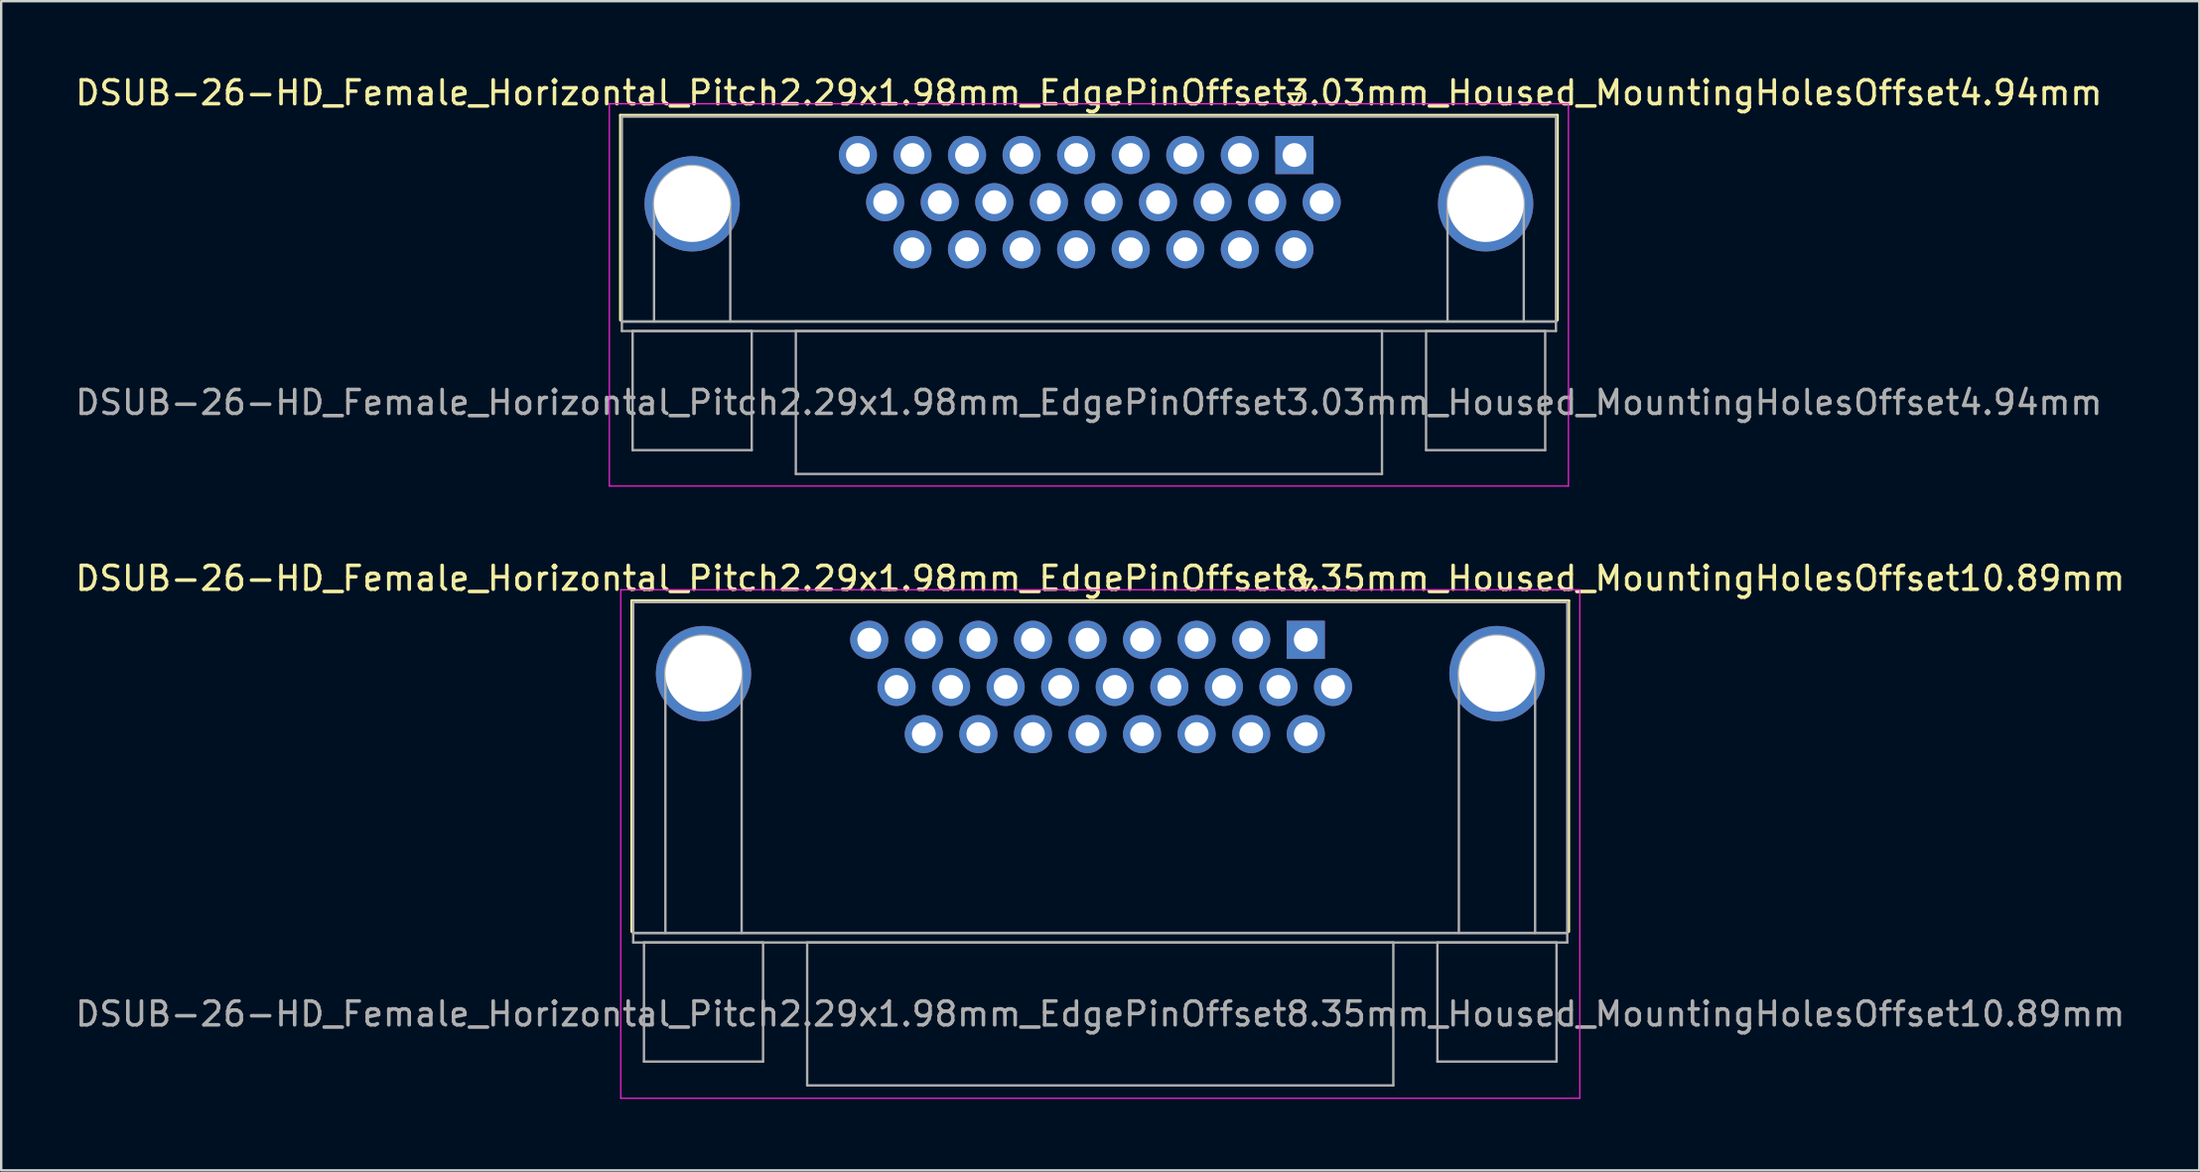
<source format=kicad_pcb>
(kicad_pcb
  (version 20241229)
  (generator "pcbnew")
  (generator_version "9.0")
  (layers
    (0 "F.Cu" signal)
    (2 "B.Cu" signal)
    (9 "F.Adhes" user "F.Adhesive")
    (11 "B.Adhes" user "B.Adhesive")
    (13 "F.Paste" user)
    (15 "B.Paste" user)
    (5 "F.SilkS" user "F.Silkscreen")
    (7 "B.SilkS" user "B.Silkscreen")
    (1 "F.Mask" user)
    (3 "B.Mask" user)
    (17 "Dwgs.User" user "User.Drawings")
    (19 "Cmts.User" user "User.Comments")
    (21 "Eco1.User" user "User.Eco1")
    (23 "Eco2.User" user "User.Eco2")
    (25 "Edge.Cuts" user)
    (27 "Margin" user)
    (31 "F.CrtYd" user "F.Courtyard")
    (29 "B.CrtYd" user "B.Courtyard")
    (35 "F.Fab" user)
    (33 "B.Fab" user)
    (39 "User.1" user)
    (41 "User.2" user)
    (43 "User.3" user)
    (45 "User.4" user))
  (footprint "DSUB-26-HD_Female_Horizontal_Pitch2.29x1.98mm_EdgePinOffset8.35mm_Housed_MountingHolesOffset10.89mm"
    (layer "F.Cu")
    (at 51.75 23.811)
    (property "Reference" "DSUB-26-HD_Female_Horizontal_Pitch2.29x1.98mm_EdgePinOffset8.35mm_Housed_MountingHolesOffset10.89mm" (at -8.625 -2.58 0) (layer "F.SilkS") (effects (font (size 1 1) (thickness 0.15))))
    (attr through_hole)
    (fp_line (start -28.285 -1.64) (end 11.035 -1.64) (stroke (width 0.12) (type solid)) (layer "F.SilkS"))
    (fp_line (start -28.285 12.25) (end -28.285 -1.64) (stroke (width 0.12) (type solid)) (layer "F.SilkS"))
    (fp_line (start -0.25 -2.534) (end 0.25 -2.534) (stroke (width 0.12) (type solid)) (layer "F.SilkS"))
    (fp_line (start 0 -2.101) (end -0.25 -2.534) (stroke (width 0.12) (type solid)) (layer "F.SilkS"))
    (fp_line (start 0.25 -2.534) (end 0 -2.101) (stroke (width 0.12) (type solid)) (layer "F.SilkS"))
    (fp_line (start 11.035 -1.64) (end 11.035 12.25) (stroke (width 0.12) (type solid)) (layer "F.SilkS"))
    (fp_line (start -28.75 -2.1) (end -28.75 19.25) (stroke (width 0.05) (type solid)) (layer "F.CrtYd"))
    (fp_line (start -28.75 19.25) (end 11.5 19.25) (stroke (width 0.05) (type solid)) (layer "F.CrtYd"))
    (fp_line (start 11.5 -2.1) (end -28.75 -2.1) (stroke (width 0.05) (type solid)) (layer "F.CrtYd"))
    (fp_line (start 11.5 19.25) (end 11.5 -2.1) (stroke (width 0.05) (type solid)) (layer "F.CrtYd"))
    (fp_line (start -28.225 -1.58) (end -28.225 12.31) (stroke (width 0.1) (type solid)) (layer "F.Fab"))
    (fp_line (start -28.225 12.31) (end -28.225 12.71) (stroke (width 0.1) (type solid)) (layer "F.Fab"))
    (fp_line (start -28.225 12.31) (end 10.975 12.31) (stroke (width 0.1) (type solid)) (layer "F.Fab"))
    (fp_line (start -28.225 12.71) (end 10.975 12.71) (stroke (width 0.1) (type solid)) (layer "F.Fab"))
    (fp_line (start -27.775 12.71) (end -27.775 17.71) (stroke (width 0.1) (type solid)) (layer "F.Fab"))
    (fp_line (start -27.775 17.71) (end -22.775 17.71) (stroke (width 0.1) (type solid)) (layer "F.Fab"))
    (fp_line (start -26.875 12.31) (end -26.875 1.42) (stroke (width 0.1) (type solid)) (layer "F.Fab"))
    (fp_line (start -23.675 12.31) (end -23.675 1.42) (stroke (width 0.1) (type solid)) (layer "F.Fab"))
    (fp_line (start -22.775 12.71) (end -27.775 12.71) (stroke (width 0.1) (type solid)) (layer "F.Fab"))
    (fp_line (start -22.775 17.71) (end -22.775 12.71) (stroke (width 0.1) (type solid)) (layer "F.Fab"))
    (fp_line (start -20.925 12.71) (end -20.925 18.71) (stroke (width 0.1) (type solid)) (layer "F.Fab"))
    (fp_line (start -20.925 18.71) (end 3.675 18.71) (stroke (width 0.1) (type solid)) (layer "F.Fab"))
    (fp_line (start 3.675 12.71) (end -20.925 12.71) (stroke (width 0.1) (type solid)) (layer "F.Fab"))
    (fp_line (start 3.675 18.71) (end 3.675 12.71) (stroke (width 0.1) (type solid)) (layer "F.Fab"))
    (fp_line (start 5.525 12.71) (end 5.525 17.71) (stroke (width 0.1) (type solid)) (layer "F.Fab"))
    (fp_line (start 5.525 17.71) (end 10.525 17.71) (stroke (width 0.1) (type solid)) (layer "F.Fab"))
    (fp_line (start 6.425 12.31) (end 6.425 1.42) (stroke (width 0.1) (type solid)) (layer "F.Fab"))
    (fp_line (start 9.625 12.31) (end 9.625 1.42) (stroke (width 0.1) (type solid)) (layer "F.Fab"))
    (fp_line (start 10.525 12.71) (end 5.525 12.71) (stroke (width 0.1) (type solid)) (layer "F.Fab"))
    (fp_line (start 10.525 17.71) (end 10.525 12.71) (stroke (width 0.1) (type solid)) (layer "F.Fab"))
    (fp_line (start 10.975 -1.58) (end -28.225 -1.58) (stroke (width 0.1) (type solid)) (layer "F.Fab"))
    (fp_line (start 10.975 12.31) (end -28.225 12.31) (stroke (width 0.1) (type solid)) (layer "F.Fab"))
    (fp_line (start 10.975 12.31) (end 10.975 -1.58) (stroke (width 0.1) (type solid)) (layer "F.Fab"))
    (fp_line (start 10.975 12.71) (end 10.975 12.31) (stroke (width 0.1) (type solid)) (layer "F.Fab"))
    (fp_arc (start -26.875 1.42) (mid -25.275 -0.18) (end -23.675 1.42) (stroke (width 0.1) (type solid)) (layer "F.Fab"))
    (fp_arc (start 6.425 1.42) (mid 8.025 -0.18) (end 9.625 1.42) (stroke (width 0.1) (type solid)) (layer "F.Fab"))
    (fp_text user "${REFERENCE}" (at -8.625 15.71 0) (layer "F.Fab") (effects (font (size 1 1) (thickness 0.15))))
    (pad "0" thru_hole circle (at -25.275 1.42) (size 4 4) (drill 3.2) (layers "*.Cu" "*.Mask"))
    (pad "0" thru_hole circle (at 8.025 1.42) (size 4 4) (drill 3.2) (layers "*.Cu" "*.Mask"))
    (pad "1" thru_hole rect (at 0 0) (size 1.6 1.6) (drill 1) (layers "*.Cu" "*.Mask"))
    (pad "2" thru_hole circle (at -2.29 0) (size 1.6 1.6) (drill 1) (layers "*.Cu" "*.Mask"))
    (pad "3" thru_hole circle (at -4.58 0) (size 1.6 1.6) (drill 1) (layers "*.Cu" "*.Mask"))
    (pad "4" thru_hole circle (at -6.87 0) (size 1.6 1.6) (drill 1) (layers "*.Cu" "*.Mask"))
    (pad "5" thru_hole circle (at -9.16 0) (size 1.6 1.6) (drill 1) (layers "*.Cu" "*.Mask"))
    (pad "6" thru_hole circle (at -11.45 0) (size 1.6 1.6) (drill 1) (layers "*.Cu" "*.Mask"))
    (pad "7" thru_hole circle (at -13.74 0) (size 1.6 1.6) (drill 1) (layers "*.Cu" "*.Mask"))
    (pad "8" thru_hole circle (at -16.03 0) (size 1.6 1.6) (drill 1) (layers "*.Cu" "*.Mask"))
    (pad "9" thru_hole circle (at -18.32 0) (size 1.6 1.6) (drill 1) (layers "*.Cu" "*.Mask"))
    (pad "10" thru_hole circle (at 1.145 1.98) (size 1.6 1.6) (drill 1) (layers "*.Cu" "*.Mask"))
    (pad "11" thru_hole circle (at -1.145 1.98) (size 1.6 1.6) (drill 1) (layers "*.Cu" "*.Mask"))
    (pad "12" thru_hole circle (at -3.435 1.98) (size 1.6 1.6) (drill 1) (layers "*.Cu" "*.Mask"))
    (pad "13" thru_hole circle (at -5.725 1.98) (size 1.6 1.6) (drill 1) (layers "*.Cu" "*.Mask"))
    (pad "14" thru_hole circle (at -8.015 1.98) (size 1.6 1.6) (drill 1) (layers "*.Cu" "*.Mask"))
    (pad "15" thru_hole circle (at -10.305 1.98) (size 1.6 1.6) (drill 1) (layers "*.Cu" "*.Mask"))
    (pad "16" thru_hole circle (at -12.595 1.98) (size 1.6 1.6) (drill 1) (layers "*.Cu" "*.Mask"))
    (pad "17" thru_hole circle (at -14.885 1.98) (size 1.6 1.6) (drill 1) (layers "*.Cu" "*.Mask"))
    (pad "18" thru_hole circle (at -17.175 1.98) (size 1.6 1.6) (drill 1) (layers "*.Cu" "*.Mask"))
    (pad "19" thru_hole circle (at 0 3.96) (size 1.6 1.6) (drill 1) (layers "*.Cu" "*.Mask"))
    (pad "20" thru_hole circle (at -2.29 3.96) (size 1.6 1.6) (drill 1) (layers "*.Cu" "*.Mask"))
    (pad "21" thru_hole circle (at -4.58 3.96) (size 1.6 1.6) (drill 1) (layers "*.Cu" "*.Mask"))
    (pad "22" thru_hole circle (at -6.87 3.96) (size 1.6 1.6) (drill 1) (layers "*.Cu" "*.Mask"))
    (pad "23" thru_hole circle (at -9.16 3.96) (size 1.6 1.6) (drill 1) (layers "*.Cu" "*.Mask"))
    (pad "24" thru_hole circle (at -11.45 3.96) (size 1.6 1.6) (drill 1) (layers "*.Cu" "*.Mask"))
    (pad "25" thru_hole circle (at -13.74 3.96) (size 1.6 1.6) (drill 1) (layers "*.Cu" "*.Mask"))
    (pad "26" thru_hole circle (at -16.03 3.96) (size 1.6 1.6) (drill 1) (layers "*.Cu" "*.Mask")))
  (footprint "DSUB-26-HD_Female_Horizontal_Pitch2.29x1.98mm_EdgePinOffset3.03mm_Housed_MountingHolesOffset4.94mm"
    (layer "F.Cu")
    (at 51.274 3.458)
    (property "Reference" "DSUB-26-HD_Female_Horizontal_Pitch2.29x1.98mm_EdgePinOffset3.03mm_Housed_MountingHolesOffset4.94mm" (at -8.625 -2.61 0) (layer "F.SilkS") (effects (font (size 1 1) (thickness 0.15))))
    (attr through_hole)
    (fp_line (start -28.285 -1.67) (end 11.035 -1.67) (stroke (width 0.12) (type solid)) (layer "F.SilkS"))
    (fp_line (start -28.285 6.93) (end -28.285 -1.67) (stroke (width 0.12) (type solid)) (layer "F.SilkS"))
    (fp_line (start -0.25 -2.564) (end 0.25 -2.564) (stroke (width 0.12) (type solid)) (layer "F.SilkS"))
    (fp_line (start 0 -2.131) (end -0.25 -2.564) (stroke (width 0.12) (type solid)) (layer "F.SilkS"))
    (fp_line (start 0.25 -2.564) (end 0 -2.131) (stroke (width 0.12) (type solid)) (layer "F.SilkS"))
    (fp_line (start 11.035 -1.67) (end 11.035 6.93) (stroke (width 0.12) (type solid)) (layer "F.SilkS"))
    (fp_line (start -28.75 -2.15) (end -28.75 13.9) (stroke (width 0.05) (type solid)) (layer "F.CrtYd"))
    (fp_line (start -28.75 13.9) (end 11.5 13.9) (stroke (width 0.05) (type solid)) (layer "F.CrtYd"))
    (fp_line (start 11.5 -2.15) (end -28.75 -2.15) (stroke (width 0.05) (type solid)) (layer "F.CrtYd"))
    (fp_line (start 11.5 13.9) (end 11.5 -2.15) (stroke (width 0.05) (type solid)) (layer "F.CrtYd"))
    (fp_line (start -28.225 -1.61) (end -28.225 6.99) (stroke (width 0.1) (type solid)) (layer "F.Fab"))
    (fp_line (start -28.225 6.99) (end -28.225 7.39) (stroke (width 0.1) (type solid)) (layer "F.Fab"))
    (fp_line (start -28.225 6.99) (end 10.975 6.99) (stroke (width 0.1) (type solid)) (layer "F.Fab"))
    (fp_line (start -28.225 7.39) (end 10.975 7.39) (stroke (width 0.1) (type solid)) (layer "F.Fab"))
    (fp_line (start -27.775 7.39) (end -27.775 12.39) (stroke (width 0.1) (type solid)) (layer "F.Fab"))
    (fp_line (start -27.775 12.39) (end -22.775 12.39) (stroke (width 0.1) (type solid)) (layer "F.Fab"))
    (fp_line (start -26.875 6.99) (end -26.875 2.05) (stroke (width 0.1) (type solid)) (layer "F.Fab"))
    (fp_line (start -23.675 6.99) (end -23.675 2.05) (stroke (width 0.1) (type solid)) (layer "F.Fab"))
    (fp_line (start -22.775 7.39) (end -27.775 7.39) (stroke (width 0.1) (type solid)) (layer "F.Fab"))
    (fp_line (start -22.775 12.39) (end -22.775 7.39) (stroke (width 0.1) (type solid)) (layer "F.Fab"))
    (fp_line (start -20.925 7.39) (end -20.925 13.39) (stroke (width 0.1) (type solid)) (layer "F.Fab"))
    (fp_line (start -20.925 13.39) (end 3.675 13.39) (stroke (width 0.1) (type solid)) (layer "F.Fab"))
    (fp_line (start 3.675 7.39) (end -20.925 7.39) (stroke (width 0.1) (type solid)) (layer "F.Fab"))
    (fp_line (start 3.675 13.39) (end 3.675 7.39) (stroke (width 0.1) (type solid)) (layer "F.Fab"))
    (fp_line (start 5.525 7.39) (end 5.525 12.39) (stroke (width 0.1) (type solid)) (layer "F.Fab"))
    (fp_line (start 5.525 12.39) (end 10.525 12.39) (stroke (width 0.1) (type solid)) (layer "F.Fab"))
    (fp_line (start 6.425 6.99) (end 6.425 2.05) (stroke (width 0.1) (type solid)) (layer "F.Fab"))
    (fp_line (start 9.625 6.99) (end 9.625 2.05) (stroke (width 0.1) (type solid)) (layer "F.Fab"))
    (fp_line (start 10.525 7.39) (end 5.525 7.39) (stroke (width 0.1) (type solid)) (layer "F.Fab"))
    (fp_line (start 10.525 12.39) (end 10.525 7.39) (stroke (width 0.1) (type solid)) (layer "F.Fab"))
    (fp_line (start 10.975 -1.61) (end -28.225 -1.61) (stroke (width 0.1) (type solid)) (layer "F.Fab"))
    (fp_line (start 10.975 6.99) (end -28.225 6.99) (stroke (width 0.1) (type solid)) (layer "F.Fab"))
    (fp_line (start 10.975 6.99) (end 10.975 -1.61) (stroke (width 0.1) (type solid)) (layer "F.Fab"))
    (fp_line (start 10.975 7.39) (end 10.975 6.99) (stroke (width 0.1) (type solid)) (layer "F.Fab"))
    (fp_arc (start -26.875 2.05) (mid -25.275 0.45) (end -23.675 2.05) (stroke (width 0.1) (type solid)) (layer "F.Fab"))
    (fp_arc (start 6.425 2.05) (mid 8.025 0.45) (end 9.625 2.05) (stroke (width 0.1) (type solid)) (layer "F.Fab"))
    (fp_text user "${REFERENCE}" (at -8.625 10.39 0) (layer "F.Fab") (effects (font (size 1 1) (thickness 0.15))))
    (pad "0" thru_hole circle (at -25.275 2.05) (size 4 4) (drill 3.2) (layers "*.Cu" "*.Mask"))
    (pad "0" thru_hole circle (at 8.025 2.05) (size 4 4) (drill 3.2) (layers "*.Cu" "*.Mask"))
    (pad "1" thru_hole rect (at 0 0) (size 1.6 1.6) (drill 1) (layers "*.Cu" "*.Mask"))
    (pad "2" thru_hole circle (at -2.29 0) (size 1.6 1.6) (drill 1) (layers "*.Cu" "*.Mask"))
    (pad "3" thru_hole circle (at -4.58 0) (size 1.6 1.6) (drill 1) (layers "*.Cu" "*.Mask"))
    (pad "4" thru_hole circle (at -6.87 0) (size 1.6 1.6) (drill 1) (layers "*.Cu" "*.Mask"))
    (pad "5" thru_hole circle (at -9.16 0) (size 1.6 1.6) (drill 1) (layers "*.Cu" "*.Mask"))
    (pad "6" thru_hole circle (at -11.45 0) (size 1.6 1.6) (drill 1) (layers "*.Cu" "*.Mask"))
    (pad "7" thru_hole circle (at -13.74 0) (size 1.6 1.6) (drill 1) (layers "*.Cu" "*.Mask"))
    (pad "8" thru_hole circle (at -16.03 0) (size 1.6 1.6) (drill 1) (layers "*.Cu" "*.Mask"))
    (pad "9" thru_hole circle (at -18.32 0) (size 1.6 1.6) (drill 1) (layers "*.Cu" "*.Mask"))
    (pad "10" thru_hole circle (at 1.145 1.98) (size 1.6 1.6) (drill 1) (layers "*.Cu" "*.Mask"))
    (pad "11" thru_hole circle (at -1.145 1.98) (size 1.6 1.6) (drill 1) (layers "*.Cu" "*.Mask"))
    (pad "12" thru_hole circle (at -3.435 1.98) (size 1.6 1.6) (drill 1) (layers "*.Cu" "*.Mask"))
    (pad "13" thru_hole circle (at -5.725 1.98) (size 1.6 1.6) (drill 1) (layers "*.Cu" "*.Mask"))
    (pad "14" thru_hole circle (at -8.015 1.98) (size 1.6 1.6) (drill 1) (layers "*.Cu" "*.Mask"))
    (pad "15" thru_hole circle (at -10.305 1.98) (size 1.6 1.6) (drill 1) (layers "*.Cu" "*.Mask"))
    (pad "16" thru_hole circle (at -12.595 1.98) (size 1.6 1.6) (drill 1) (layers "*.Cu" "*.Mask"))
    (pad "17" thru_hole circle (at -14.885 1.98) (size 1.6 1.6) (drill 1) (layers "*.Cu" "*.Mask"))
    (pad "18" thru_hole circle (at -17.175 1.98) (size 1.6 1.6) (drill 1) (layers "*.Cu" "*.Mask"))
    (pad "19" thru_hole circle (at 0 3.96) (size 1.6 1.6) (drill 1) (layers "*.Cu" "*.Mask"))
    (pad "20" thru_hole circle (at -2.29 3.96) (size 1.6 1.6) (drill 1) (layers "*.Cu" "*.Mask"))
    (pad "21" thru_hole circle (at -4.58 3.96) (size 1.6 1.6) (drill 1) (layers "*.Cu" "*.Mask"))
    (pad "22" thru_hole circle (at -6.87 3.96) (size 1.6 1.6) (drill 1) (layers "*.Cu" "*.Mask"))
    (pad "23" thru_hole circle (at -9.16 3.96) (size 1.6 1.6) (drill 1) (layers "*.Cu" "*.Mask"))
    (pad "24" thru_hole circle (at -11.45 3.96) (size 1.6 1.6) (drill 1) (layers "*.Cu" "*.Mask"))
    (pad "25" thru_hole circle (at -13.74 3.96) (size 1.6 1.6) (drill 1) (layers "*.Cu" "*.Mask"))
    (pad "26" thru_hole circle (at -16.03 3.96) (size 1.6 1.6) (drill 1) (layers "*.Cu" "*.Mask")))
  (gr_rect
    (start -3 -3)
    (end 89.25 46.087)
    (stroke (width 0.1) (type default))
    (fill no)
    (layer "Edge.Cuts")))
</source>
